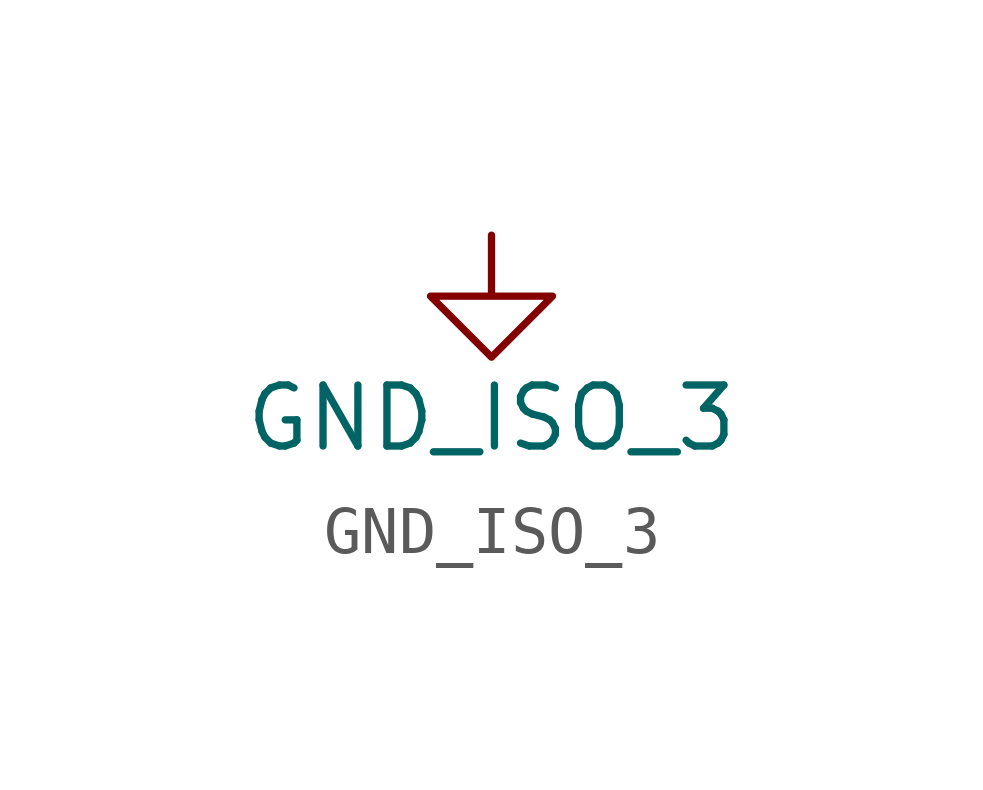
<source format=kicad_sym>
(kicad_symbol_lib
  (version 20220914)
  (generator kicad_symbol_editor)
  (symbol "GND_ISO_3"
    (power)
    (pin_names
      (offset 0))
    (property "Reference" "#PWR"
      (at 0 -6.35 0)
      (effects (font (size 1.27 1.27)) hide))
    (property "Value" "GND_ISO_3"
      (at 0 -3.81 0)
      (effects (font (size 1.27 1.27))))
    (symbol "GND_ISO_3_0_1"
      (polyline (pts (xy 0 0) (xy 0 -1.27) (xy 1.27 -1.27) (xy 0 -2.54) (xy -1.27 -1.27) (xy 0 -1.27)) (stroke (width 0) (type default)) (fill (type none))))
    (symbol "GND_ISO_3_1_1"
      (pin power_in line (at 0 0 0) (length 0) hide (name "GND_ISO_3" (effects (font (size 1.27 1.27)))) (number "1" (effects (font (size 1.27 1.27))))))))
</source>
